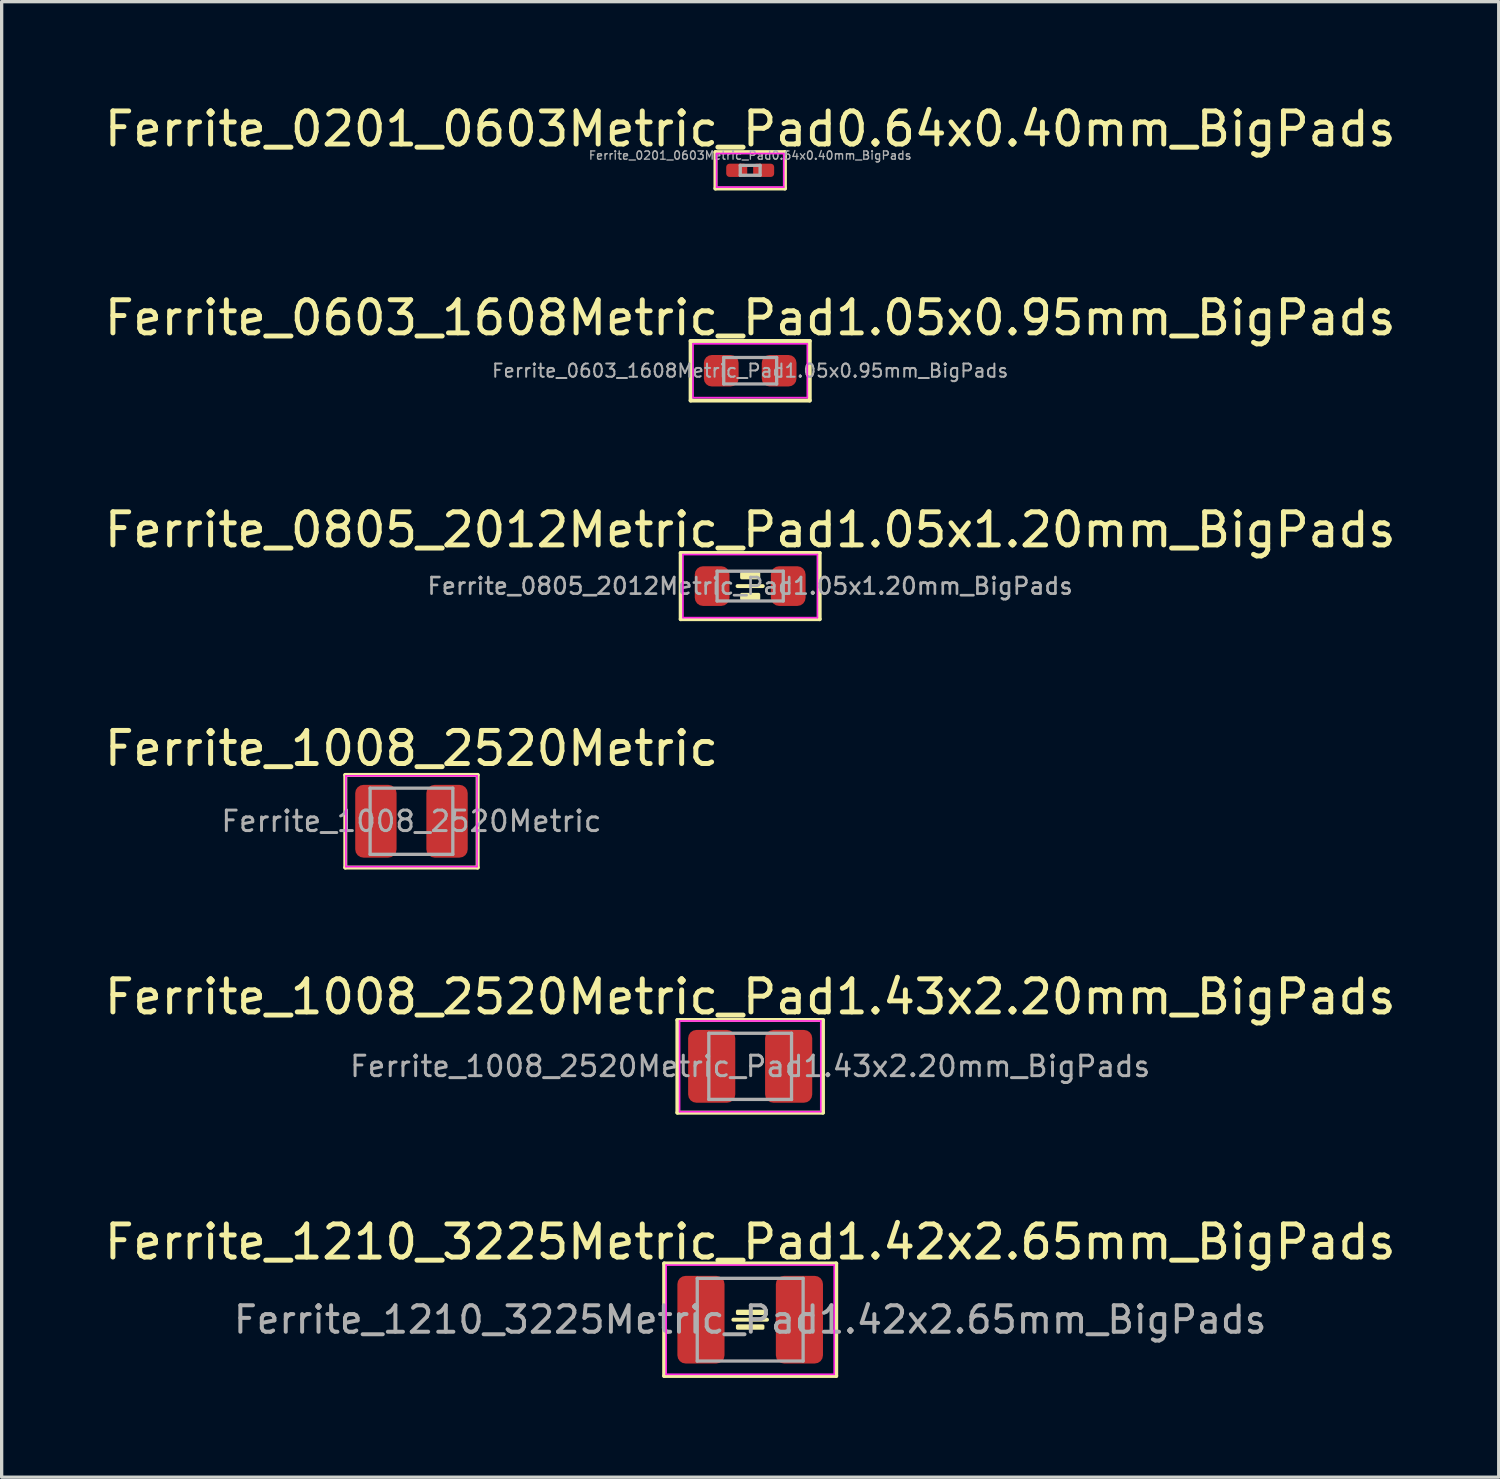
<source format=kicad_pcb>
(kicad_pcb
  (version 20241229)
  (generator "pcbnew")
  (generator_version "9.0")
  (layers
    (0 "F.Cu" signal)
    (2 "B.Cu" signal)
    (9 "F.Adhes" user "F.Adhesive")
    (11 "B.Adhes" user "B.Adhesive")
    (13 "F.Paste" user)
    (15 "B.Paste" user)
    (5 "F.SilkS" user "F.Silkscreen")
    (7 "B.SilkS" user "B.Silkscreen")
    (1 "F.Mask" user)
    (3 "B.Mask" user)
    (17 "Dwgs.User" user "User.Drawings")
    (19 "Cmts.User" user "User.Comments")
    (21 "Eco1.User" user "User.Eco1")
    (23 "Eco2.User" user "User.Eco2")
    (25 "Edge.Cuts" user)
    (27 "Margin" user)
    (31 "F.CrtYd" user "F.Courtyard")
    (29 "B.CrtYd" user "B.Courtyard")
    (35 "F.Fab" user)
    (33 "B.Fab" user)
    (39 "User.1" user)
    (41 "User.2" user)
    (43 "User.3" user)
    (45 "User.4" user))
  (footprint "Ferrite_0603_1608Metric_Pad1.05x0.95mm_BigPads"
    (layer "F.Cu")
    (at 19.625 8.156)
    (property "Reference" "Ferrite_0603_1608Metric_Pad1.05x0.95mm_BigPads" (at 0 -1.6 0) (layer "F.SilkS") (effects (font (size 1 1) (thickness 0.15))))
    (attr smd)
    (fp_line (start -1.8 -0.9) (end -1.8 0.9) (stroke (width 0.12) (type solid)) (layer "F.SilkS"))
    (fp_line (start -1.8 0.9) (end 1.8 0.9) (stroke (width 0.12) (type solid)) (layer "F.SilkS"))
    (fp_line (start 1.8 -0.9) (end -1.8 -0.9) (stroke (width 0.12) (type solid)) (layer "F.SilkS"))
    (fp_line (start 1.8 0.9) (end 1.8 -0.9) (stroke (width 0.12) (type solid)) (layer "F.SilkS"))
    (fp_line (start -1.727 -0.813) (end 1.727 -0.813) (stroke (width 0.05) (type solid)) (layer "F.CrtYd"))
    (fp_line (start -1.727 0.813) (end -1.727 -0.813) (stroke (width 0.05) (type solid)) (layer "F.CrtYd"))
    (fp_line (start 1.727 -0.813) (end 1.727 0.813) (stroke (width 0.05) (type solid)) (layer "F.CrtYd"))
    (fp_line (start 1.727 0.813) (end -1.727 0.813) (stroke (width 0.05) (type solid)) (layer "F.CrtYd"))
    (fp_line (start -0.8 -0.4) (end 0.8 -0.4) (stroke (width 0.1) (type solid)) (layer "F.Fab"))
    (fp_line (start -0.8 0.4) (end -0.8 -0.4) (stroke (width 0.1) (type solid)) (layer "F.Fab"))
    (fp_line (start 0.8 -0.4) (end 0.8 0.4) (stroke (width 0.1) (type solid)) (layer "F.Fab"))
    (fp_line (start 0.8 0.4) (end -0.8 0.4) (stroke (width 0.1) (type solid)) (layer "F.Fab"))
    (fp_text user "${REFERENCE}" (at 0 0 0) (layer "F.Fab") (effects (font (size 0.4 0.4) (thickness 0.06))))
    (pad "1" smd roundrect (at -0.875 0) (size 1.05 0.95) (layers "F.Cu" "F.Mask" "F.Paste") (roundrect_rratio 0.25))
    (pad "2" smd roundrect (at 0.875 0) (size 1.05 0.95) (layers "F.Cu" "F.Mask" "F.Paste") (roundrect_rratio 0.25)))
  (footprint "Ferrite_0805_2012Metric_Pad1.05x1.20mm_BigPads"
    (layer "F.Cu")
    (at 19.625 14.665)
    (property "Reference" "Ferrite_0805_2012Metric_Pad1.05x1.20mm_BigPads" (at 0 -1.7 0) (layer "F.SilkS") (effects (font (size 1 1) (thickness 0.15))))
    (attr smd)
    (fp_line (start -2.1 -1) (end -2.1 1) (stroke (width 0.12) (type solid)) (layer "F.SilkS"))
    (fp_line (start -2.1 1) (end 2.1 1) (stroke (width 0.12) (type solid)) (layer "F.SilkS"))
    (fp_line (start -0.381 0) (end 0.381 0) (stroke (width 0.12) (type solid)) (layer "F.SilkS"))
    (fp_line (start 2.1 -1) (end -2.1 -1) (stroke (width 0.12) (type solid)) (layer "F.SilkS"))
    (fp_line (start 2.1 1) (end 2.1 -1) (stroke (width 0.12) (type solid)) (layer "F.SilkS"))
    (fp_poly (pts (xy -0.254 0.254) (xy 0.254 0.254) (xy 0.254 0.381) (xy -0.254 0.381)) (stroke (width 0.1) (type solid)) (fill yes) (layer "F.SilkS"))
    (fp_poly (pts (xy 0.254 -0.254) (xy -0.254 -0.254) (xy -0.254 -0.381) (xy 0.254 -0.381)) (stroke (width 0.1) (type solid)) (fill yes) (layer "F.SilkS"))
    (fp_line (start -2.032 -0.953) (end 2.032 -0.953) (stroke (width 0.05) (type solid)) (layer "F.CrtYd"))
    (fp_line (start -2.032 0.953) (end -2.032 -0.953) (stroke (width 0.05) (type solid)) (layer "F.CrtYd"))
    (fp_line (start 2.032 -0.953) (end 2.032 0.953) (stroke (width 0.05) (type solid)) (layer "F.CrtYd"))
    (fp_line (start 2.032 0.953) (end -2.032 0.953) (stroke (width 0.05) (type solid)) (layer "F.CrtYd"))
    (fp_line (start -1 -0.45) (end 1 -0.45) (stroke (width 0.1) (type solid)) (layer "F.Fab"))
    (fp_line (start -1 0.45) (end -1 -0.45) (stroke (width 0.1) (type solid)) (layer "F.Fab"))
    (fp_line (start 1 -0.45) (end 1 0.45) (stroke (width 0.1) (type solid)) (layer "F.Fab"))
    (fp_line (start 1 0.45) (end -1 0.45) (stroke (width 0.1) (type solid)) (layer "F.Fab"))
    (fp_text user "${REFERENCE}" (at 0 0 0) (layer "F.Fab") (effects (font (size 0.5 0.5) (thickness 0.08))))
    (pad "1" smd roundrect (at -1.15 0) (size 1.05 1.2) (layers "F.Cu" "F.Mask" "F.Paste") (roundrect_rratio 0.238))
    (pad "2" smd roundrect (at 1.15 0) (size 1.05 1.2) (layers "F.Cu" "F.Mask" "F.Paste") (roundrect_rratio 0.238)))
  (footprint "Ferrite_1008_2520Metric_Pad1.43x2.20mm_BigPads"
    (layer "F.Cu")
    (at 19.625 29.181)
    (property "Reference" "Ferrite_1008_2520Metric_Pad1.43x2.20mm_BigPads" (at 0 -2.1 0) (layer "F.SilkS") (effects (font (size 1 1) (thickness 0.15))))
    (attr smd)
    (fp_line (start -2.2 -1.4) (end -2.2 1.4) (stroke (width 0.12) (type solid)) (layer "F.SilkS"))
    (fp_line (start -2.2 1.4) (end 2.2 1.4) (stroke (width 0.12) (type solid)) (layer "F.SilkS"))
    (fp_line (start 2.2 -1.4) (end -2.2 -1.4) (stroke (width 0.12) (type solid)) (layer "F.SilkS"))
    (fp_line (start 2.2 1.4) (end 2.2 -1.4) (stroke (width 0.12) (type solid)) (layer "F.SilkS"))
    (fp_line (start -2.134 -1.372) (end 2.134 -1.372) (stroke (width 0.05) (type solid)) (layer "F.CrtYd"))
    (fp_line (start -2.134 1.372) (end -2.134 -1.372) (stroke (width 0.05) (type solid)) (layer "F.CrtYd"))
    (fp_line (start 2.134 -1.372) (end 2.134 1.372) (stroke (width 0.05) (type solid)) (layer "F.CrtYd"))
    (fp_line (start 2.134 1.372) (end -2.134 1.372) (stroke (width 0.05) (type solid)) (layer "F.CrtYd"))
    (fp_line (start -1.25 -1) (end 1.25 -1) (stroke (width 0.1) (type solid)) (layer "F.Fab"))
    (fp_line (start -1.25 1) (end -1.25 -1) (stroke (width 0.1) (type solid)) (layer "F.Fab"))
    (fp_line (start 1.25 -1) (end 1.25 1) (stroke (width 0.1) (type solid)) (layer "F.Fab"))
    (fp_line (start 1.25 1) (end -1.25 1) (stroke (width 0.1) (type solid)) (layer "F.Fab"))
    (fp_text user "${REFERENCE}" (at 0 0 0) (layer "F.Fab") (effects (font (size 0.62 0.62) (thickness 0.09))))
    (pad "1" smd roundrect (at -1.163 0) (size 1.425 2.2) (layers "F.Cu" "F.Mask" "F.Paste") (roundrect_rratio 0.175))
    (pad "2" smd roundrect (at 1.163 0) (size 1.425 2.2) (layers "F.Cu" "F.Mask" "F.Paste") (roundrect_rratio 0.175)))
  (footprint "Ferrite_1008_2520Metric"
    (layer "F.Cu")
    (at 9.387 21.773)
    (property "Reference" "Ferrite_1008_2520Metric" (at 0 -2.2 0) (layer "F.SilkS") (effects (font (size 1 1) (thickness 0.15))))
    (attr smd)
    (fp_line (start -2 -1.4) (end -2 1.4) (stroke (width 0.12) (type solid)) (layer "F.SilkS"))
    (fp_line (start -2 1.4) (end 2 1.4) (stroke (width 0.12) (type solid)) (layer "F.SilkS"))
    (fp_line (start 2 -1.4) (end -2 -1.4) (stroke (width 0.12) (type solid)) (layer "F.SilkS"))
    (fp_line (start 2 1.4) (end 2 -1.4) (stroke (width 0.12) (type solid)) (layer "F.SilkS"))
    (fp_line (start -1.981 -1.372) (end 1.981 -1.372) (stroke (width 0.05) (type solid)) (layer "F.CrtYd"))
    (fp_line (start -1.981 1.372) (end -1.981 -1.372) (stroke (width 0.05) (type solid)) (layer "F.CrtYd"))
    (fp_line (start 1.981 -1.372) (end 1.981 1.372) (stroke (width 0.05) (type solid)) (layer "F.CrtYd"))
    (fp_line (start 1.981 1.372) (end -1.981 1.372) (stroke (width 0.05) (type solid)) (layer "F.CrtYd"))
    (fp_line (start -1.25 -1) (end 1.25 -1) (stroke (width 0.1) (type solid)) (layer "F.Fab"))
    (fp_line (start -1.25 1) (end -1.25 -1) (stroke (width 0.1) (type solid)) (layer "F.Fab"))
    (fp_line (start 1.25 -1) (end 1.25 1) (stroke (width 0.1) (type solid)) (layer "F.Fab"))
    (fp_line (start 1.25 1) (end -1.25 1) (stroke (width 0.1) (type solid)) (layer "F.Fab"))
    (fp_text user "${REFERENCE}" (at 0 0 0) (layer "F.Fab") (effects (font (size 0.62 0.62) (thickness 0.09))))
    (pad "1" smd roundrect (at -1.075 0) (size 1.25 2.2) (layers "F.Cu" "F.Mask" "F.Paste") (roundrect_rratio 0.2))
    (pad "2" smd roundrect (at 1.075 0) (size 1.25 2.2) (layers "F.Cu" "F.Mask" "F.Paste") (roundrect_rratio 0.2)))
  (footprint "Ferrite_0201_0603Metric_Pad0.64x0.40mm_BigPads"
    (layer "F.Cu")
    (at 19.625 2.098)
    (property "Reference" "Ferrite_0201_0603Metric_Pad0.64x0.40mm_BigPads" (at 0 -1.25 0) (layer "F.SilkS") (effects (font (size 1 1) (thickness 0.15))))
    (attr smd)
    (fp_line (start -1.05 -0.55) (end -1.05 0.55) (stroke (width 0.12) (type solid)) (layer "F.SilkS"))
    (fp_line (start -1.05 0.55) (end 1.05 0.55) (stroke (width 0.12) (type solid)) (layer "F.SilkS"))
    (fp_line (start 1.05 -0.55) (end -1.05 -0.55) (stroke (width 0.12) (type solid)) (layer "F.SilkS"))
    (fp_line (start 1.05 0.55) (end 1.05 -0.55) (stroke (width 0.12) (type solid)) (layer "F.SilkS"))
    (fp_line (start -1.016 -0.508) (end 1.016 -0.508) (stroke (width 0.05) (type solid)) (layer "F.CrtYd"))
    (fp_line (start -1.016 0.508) (end -1.016 -0.508) (stroke (width 0.05) (type solid)) (layer "F.CrtYd"))
    (fp_line (start 1.016 -0.508) (end 1.016 0.508) (stroke (width 0.05) (type solid)) (layer "F.CrtYd"))
    (fp_line (start 1.016 0.508) (end -1.016 0.508) (stroke (width 0.05) (type solid)) (layer "F.CrtYd"))
    (fp_line (start -0.3 -0.15) (end 0.3 -0.15) (stroke (width 0.1) (type solid)) (layer "F.Fab"))
    (fp_line (start -0.3 0.15) (end -0.3 -0.15) (stroke (width 0.1) (type solid)) (layer "F.Fab"))
    (fp_line (start 0.3 -0.15) (end 0.3 0.15) (stroke (width 0.1) (type solid)) (layer "F.Fab"))
    (fp_line (start 0.3 0.15) (end -0.3 0.15) (stroke (width 0.1) (type solid)) (layer "F.Fab"))
    (fp_text user "${REFERENCE}" (at 0 -0.45 0) (layer "F.Fab") (effects (font (size 0.25 0.25) (thickness 0.04))))
    (pad "" smd roundrect (at -0.432 0) (size 0.458 0.36) (layers "F.Paste") (roundrect_rratio 0.25))
    (pad "" smd roundrect (at 0.432 0) (size 0.458 0.36) (layers "F.Paste") (roundrect_rratio 0.25))
    (pad "1" smd roundrect (at -0.407 0) (size 0.635 0.4) (layers "F.Cu" "F.Mask") (roundrect_rratio 0.25))
    (pad "2" smd roundrect (at 0.407 0) (size 0.635 0.4) (layers "F.Cu" "F.Mask") (roundrect_rratio 0.25)))
  (footprint "Ferrite_1210_3225Metric_Pad1.42x2.65mm_BigPads"
    (layer "F.Cu")
    (at 19.625 36.839)
    (property "Reference" "Ferrite_1210_3225Metric_Pad1.42x2.65mm_BigPads" (at 0 -2.349 0) (layer "F.SilkS") (effects (font (size 1 1) (thickness 0.15))))
    (attr smd)
    (fp_line (start -2.6 -1.7) (end -2.6 1.7) (stroke (width 0.12) (type solid)) (layer "F.SilkS"))
    (fp_line (start -2.6 1.7) (end 2.6 1.7) (stroke (width 0.12) (type solid)) (layer "F.SilkS"))
    (fp_line (start -0.508 0) (end 0.508 0) (stroke (width 0.12) (type solid)) (layer "F.SilkS"))
    (fp_line (start 2.6 -1.7) (end -2.6 -1.7) (stroke (width 0.12) (type solid)) (layer "F.SilkS"))
    (fp_line (start 2.6 1.7) (end 2.6 -1.7) (stroke (width 0.12) (type solid)) (layer "F.SilkS"))
    (fp_poly (pts (xy 0.381 -0.191) (xy -0.381 -0.191) (xy -0.381 -0.254) (xy 0.381 -0.254)) (stroke (width 0.1) (type solid)) (fill yes) (layer "F.SilkS"))
    (fp_poly (pts (xy 0.381 0.254) (xy -0.381 0.254) (xy -0.381 0.191) (xy 0.381 0.191)) (stroke (width 0.1) (type solid)) (fill yes) (layer "F.SilkS"))
    (fp_line (start -2.54 -1.651) (end 2.54 -1.651) (stroke (width 0.05) (type solid)) (layer "F.CrtYd"))
    (fp_line (start -2.54 1.651) (end -2.54 -1.651) (stroke (width 0.05) (type solid)) (layer "F.CrtYd"))
    (fp_line (start 2.54 -1.651) (end 2.54 1.651) (stroke (width 0.05) (type solid)) (layer "F.CrtYd"))
    (fp_line (start 2.54 1.651) (end -2.54 1.651) (stroke (width 0.05) (type solid)) (layer "F.CrtYd"))
    (fp_line (start -1.6 -1.25) (end 1.6 -1.25) (stroke (width 0.1) (type solid)) (layer "F.Fab"))
    (fp_line (start -1.6 1.25) (end -1.6 -1.25) (stroke (width 0.1) (type solid)) (layer "F.Fab"))
    (fp_line (start 1.6 -1.25) (end 1.6 1.25) (stroke (width 0.1) (type solid)) (layer "F.Fab"))
    (fp_line (start 1.6 1.25) (end -1.6 1.25) (stroke (width 0.1) (type solid)) (layer "F.Fab"))
    (fp_text user "${REFERENCE}" (at 0 0 0) (layer "F.Fab") (effects (font (size 0.8 0.8) (thickness 0.12))))
    (pad "1" smd roundrect (at -1.488 0) (size 1.425 2.65) (layers "F.Cu" "F.Mask" "F.Paste") (roundrect_rratio 0.175))
    (pad "2" smd roundrect (at 1.488 0) (size 1.425 2.65) (layers "F.Cu" "F.Mask" "F.Paste") (roundrect_rratio 0.175)))
  (gr_rect
    (start -3 -3)
    (end 42.25 41.599)
    (stroke (width 0.1) (type default))
    (fill no)
    (layer "Edge.Cuts")))
</source>
